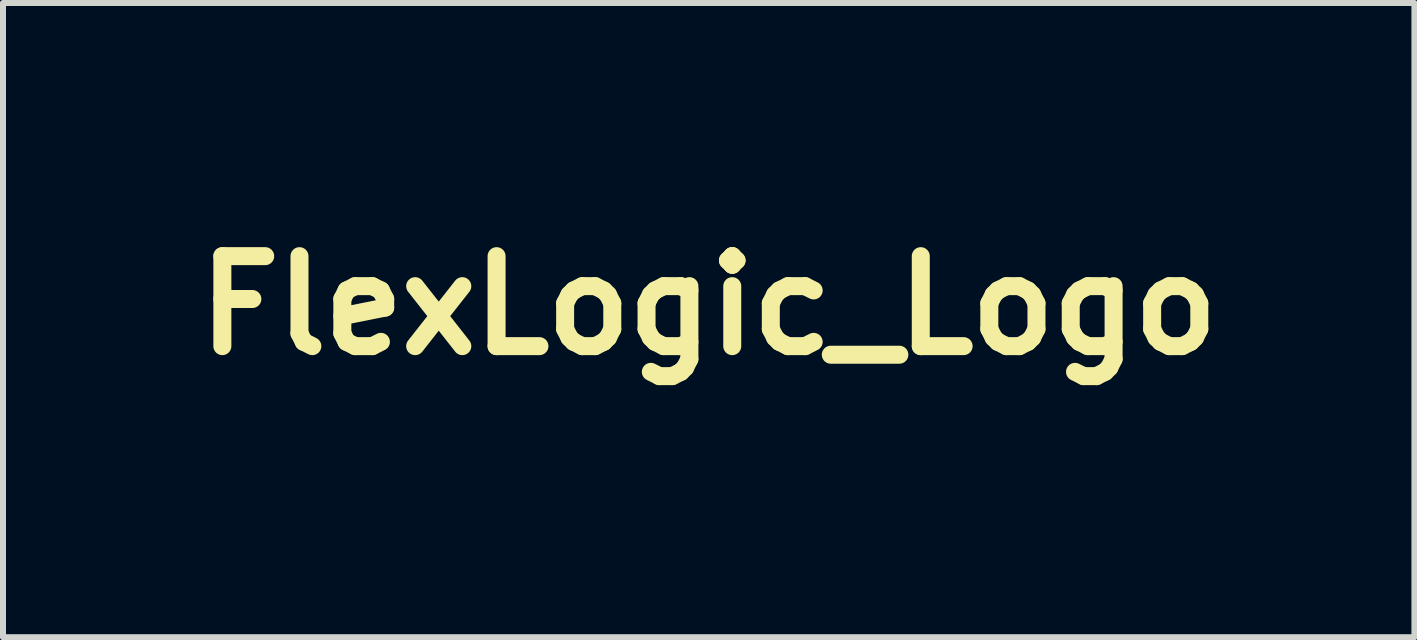
<source format=kicad_pcb>
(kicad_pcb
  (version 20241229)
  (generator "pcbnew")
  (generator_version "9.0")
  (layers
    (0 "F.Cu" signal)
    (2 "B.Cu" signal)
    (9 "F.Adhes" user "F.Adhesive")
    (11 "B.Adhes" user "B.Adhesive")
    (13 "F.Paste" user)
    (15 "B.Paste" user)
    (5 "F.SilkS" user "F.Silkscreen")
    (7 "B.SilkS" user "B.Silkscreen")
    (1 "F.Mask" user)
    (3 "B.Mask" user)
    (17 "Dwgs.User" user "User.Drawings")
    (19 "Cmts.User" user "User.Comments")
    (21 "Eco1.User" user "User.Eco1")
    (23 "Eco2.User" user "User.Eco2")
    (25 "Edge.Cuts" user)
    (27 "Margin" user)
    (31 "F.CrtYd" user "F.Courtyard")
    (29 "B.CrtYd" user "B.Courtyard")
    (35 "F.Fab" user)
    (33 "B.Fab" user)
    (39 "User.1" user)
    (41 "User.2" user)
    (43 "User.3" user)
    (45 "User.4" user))
  (footprint "FlexLogic_Logo"
    (layer "F.Cu")
    (at 8.764 2.042)
    (property "Reference" "FlexLogic_Logo" (at 0 0 0) (layer "F.SilkS") (effects (font (size 1.5 1.5) (thickness 0.3))))
    (attr board_only exclude_from_pos_files exclude_from_bom)
    (fp_poly (pts (xy 6.545 0.273) (xy 6.545 1.006) (xy 6.33 1.006) (xy 6.115 1.006) (xy 6.12 0.278) (xy 6.125 -0.449) (xy 6.335 -0.455) (xy 6.545 -0.46)) (stroke (width 0) (type solid)) (fill yes) (layer "F.Mask"))
    (fp_poly (pts (xy 1.028 1.529) (xy 1.044 1.552) (xy 1.045 1.583) (xy 1.039 1.625) (xy 1.014 1.644) (xy 0.991 1.647) (xy 0.944 1.642) (xy 0.926 1.624) (xy 0.919 1.569) (xy 0.942 1.534) (xy 0.987 1.524)) (stroke (width 0) (type solid)) (fill yes) (layer "F.Mask"))
    (fp_poly (pts (xy 2.052 -0.265) (xy 2.052 0.576) (xy 2.423 0.576) (xy 2.794 0.576) (xy 2.794 0.791) (xy 2.794 1.006) (xy 2.188 1.006) (xy 1.583 1.006) (xy 1.583 -0.047) (xy 1.583 -1.1) (xy 1.817 -1.103) (xy 2.052 -1.105)) (stroke (width 0) (type solid)) (fill yes) (layer "F.Mask"))
    (fp_poly (pts (xy 6.441 -1.084) (xy 6.505 -1.083) (xy 6.542 -1.078) (xy 6.558 -1.07) (xy 6.561 -1.057) (xy 6.558 -1.04) (xy 6.552 -0.998) (xy 6.547 -0.932) (xy 6.546 -0.865) (xy 6.545 -0.733) (xy 6.33 -0.733) (xy 6.114 -0.733) (xy 6.117 -0.909) (xy 6.12 -1.084) (xy 6.345 -1.084)) (stroke (width 0) (type solid)) (fill yes) (layer "F.Mask"))
    (fp_poly (pts (xy 1.052 2.174) (xy 1.05 2.291) (xy 1.048 2.377) (xy 1.044 2.429) (xy 1.04 2.447) (xy 1.036 2.433) (xy 1.027 2.387) (xy 1.021 2.369) (xy 1.019 2.374) (xy 1.006 2.409) (xy 0.98 2.457) (xy 0.977 2.462) (xy 0.938 2.52) (xy 0.938 2.174) (xy 0.938 1.827) (xy 0.996 1.827) (xy 1.055 1.827)) (stroke (width 0) (type solid)) (fill yes) (layer "F.Mask"))
    (fp_poly (pts (xy -1.293 2.027) (xy -1.294 2.155) (xy -1.296 2.263) (xy -1.298 2.348) (xy -1.301 2.405) (xy -1.304 2.431) (xy -1.308 2.423) (xy -1.319 2.325) (xy -1.336 2.403) (xy -1.359 2.473) (xy -1.393 2.507) (xy -1.412 2.51) (xy -1.416 2.492) (xy -1.419 2.439) (xy -1.422 2.358) (xy -1.425 2.254) (xy -1.426 2.131) (xy -1.426 2.022) (xy -1.426 1.534) (xy -1.358 1.534) (xy -1.29 1.534)) (stroke (width 0) (type solid)) (fill yes) (layer "F.Mask"))
    (fp_poly (pts (xy 5.798 1.818) (xy 5.803 1.85) (xy 5.803 1.859) (xy 5.796 1.901) (xy 5.769 1.927) (xy 5.735 1.941) (xy 5.677 1.967) (xy 5.636 2.001) (xy 5.61 2.05) (xy 5.595 2.12) (xy 5.589 2.218) (xy 5.588 2.289) (xy 5.588 2.511) (xy 5.52 2.511) (xy 5.451 2.511) (xy 5.451 2.162) (xy 5.451 1.814) (xy 5.51 1.823) (xy 5.554 1.837) (xy 5.568 1.867) (xy 5.568 1.872) (xy 5.57 1.898) (xy 5.581 1.898) (xy 5.611 1.872) (xy 5.615 1.869) (xy 5.666 1.835) (xy 5.729 1.814) (xy 5.732 1.814) (xy 5.779 1.808)) (stroke (width 0) (type solid)) (fill yes) (layer "F.Mask"))
    (fp_poly (pts (xy -2.989 1.601) (xy -2.989 1.667) (xy -3.214 1.656) (xy -3.439 1.645) (xy -3.439 1.785) (xy -3.439 1.925) (xy -3.214 1.925) (xy -2.989 1.925) (xy -2.989 1.993) (xy -2.989 2.061) (xy -3.214 2.061) (xy -3.439 2.061) (xy -3.439 2.188) (xy -3.439 2.315) (xy -3.204 2.315) (xy -2.97 2.315) (xy -2.97 2.374) (xy -2.977 2.419) (xy -3.002 2.434) (xy -3.004 2.434) (xy -3.025 2.437) (xy -3.011 2.447) (xy -2.999 2.452) (xy -3.002 2.459) (xy -3.041 2.464) (xy -3.113 2.468) (xy -3.217 2.47) (xy -3.268 2.47) (xy -3.576 2.472) (xy -3.576 2.003) (xy -3.576 1.534) (xy -3.282 1.534) (xy -2.989 1.534)) (stroke (width 0) (type solid)) (fill yes) (layer "F.Mask"))
    (fp_poly (pts (xy -5.894 -0.836) (xy -5.736 -0.734) (xy -5.596 -0.606) (xy -5.478 -0.459) (xy -5.385 -0.297) (xy -5.321 -0.127) (xy -5.29 0.046) (xy -5.289 0.172) (xy -5.324 0.383) (xy -5.396 0.584) (xy -5.5 0.769) (xy -5.635 0.934) (xy -5.751 1.039) (xy -5.82 1.092) (xy -5.878 1.135) (xy -5.932 1.168) (xy -5.986 1.192) (xy -6.048 1.209) (xy -6.122 1.221) (xy -6.214 1.228) (xy -6.33 1.233) (xy -6.475 1.236) (xy -6.589 1.237) (xy -7.112 1.244) (xy -7.112 0.871) (xy -7.112 0.498) (xy -6.77 0.498) (xy -6.428 0.498) (xy -6.428 0.303) (xy -6.428 0.107) (xy -6.77 0.107) (xy -7.112 0.107) (xy -7.112 -0.401) (xy -7.112 -0.909) (xy -6.573 -0.909) (xy -6.033 -0.909)) (stroke (width 0) (type solid)) (fill yes) (layer "F.Mask"))
    (fp_poly (pts (xy -1.42 -1.097) (xy -1.387 -1.092) (xy -1.372 -1.082) (xy -1.368 -1.065) (xy -1.368 -1.055) (xy -1.37 -1.026) (xy -1.378 -0.963) (xy -1.39 -0.87) (xy -1.406 -0.751) (xy -1.424 -0.609) (xy -1.446 -0.451) (xy -1.47 -0.278) (xy -1.486 -0.163) (xy -1.512 0.022) (xy -1.536 0.2) (xy -1.56 0.366) (xy -1.58 0.517) (xy -1.598 0.646) (xy -1.612 0.749) (xy -1.622 0.821) (xy -1.625 0.845) (xy -1.646 1.006) (xy -1.857 1.006) (xy -2.067 1.006) (xy -2.056 0.923) (xy -2.051 0.888) (xy -2.042 0.818) (xy -2.027 0.717) (xy -2.009 0.59) (xy -1.988 0.441) (xy -1.964 0.273) (xy -1.938 0.092) (xy -1.911 -0.1) (xy -1.907 -0.127) (xy -1.768 -1.094) (xy -1.568 -1.097) (xy -1.478 -1.098)) (stroke (width 0) (type solid)) (fill yes) (layer "F.Mask"))
    (fp_poly (pts (xy 2.134 1.813) (xy 2.149 1.836) (xy 2.149 1.846) (xy 2.151 1.87) (xy 2.163 1.874) (xy 2.194 1.858) (xy 2.213 1.846) (xy 2.285 1.818) (xy 2.367 1.808) (xy 2.441 1.818) (xy 2.463 1.827) (xy 2.499 1.854) (xy 2.525 1.892) (xy 2.543 1.947) (xy 2.553 2.027) (xy 2.559 2.135) (xy 2.56 2.236) (xy 2.56 2.511) (xy 2.503 2.511) (xy 2.447 2.511) (xy 2.439 2.259) (xy 2.433 2.133) (xy 2.424 2.044) (xy 2.413 1.99) (xy 2.405 1.976) (xy 2.361 1.95) (xy 2.297 1.947) (xy 2.225 1.965) (xy 2.207 1.974) (xy 2.149 2.004) (xy 2.149 2.257) (xy 2.149 2.511) (xy 2.091 2.511) (xy 2.032 2.511) (xy 2.032 2.159) (xy 2.032 1.807) (xy 2.091 1.807)) (stroke (width 0) (type solid)) (fill yes) (layer "F.Mask"))
    (fp_poly (pts (xy -2.269 1.809) (xy -2.247 1.812) (xy -2.247 1.812) (xy -2.253 1.832) (xy -2.269 1.88) (xy -2.292 1.95) (xy -2.313 2.012) (xy -2.346 2.114) (xy -2.378 2.22) (xy -2.405 2.314) (xy -2.415 2.349) (xy -2.451 2.491) (xy -2.534 2.491) (xy -2.616 2.491) (xy -2.677 2.291) (xy -2.721 2.149) (xy -2.765 2.011) (xy -2.806 1.891) (xy -2.829 1.83) (xy -2.825 1.814) (xy -2.792 1.809) (xy -2.763 1.811) (xy -2.687 1.817) (xy -2.62 2.037) (xy -2.593 2.123) (xy -2.569 2.193) (xy -2.551 2.24) (xy -2.541 2.257) (xy -2.531 2.239) (xy -2.512 2.193) (xy -2.49 2.128) (xy -2.482 2.105) (xy -2.447 1.994) (xy -2.42 1.914) (xy -2.399 1.861) (xy -2.38 1.83) (xy -2.36 1.814) (xy -2.337 1.808) (xy -2.313 1.807)) (stroke (width 0) (type solid)) (fill yes) (layer "F.Mask"))
    (fp_poly (pts (xy 4.376 1.802) (xy 4.471 1.847) (xy 4.526 1.893) (xy 4.574 1.947) (xy 4.609 2) (xy 4.622 2.028) (xy 4.627 2.117) (xy 4.607 2.218) (xy 4.566 2.318) (xy 4.51 2.404) (xy 4.447 2.462) (xy 4.359 2.498) (xy 4.26 2.501) (xy 4.169 2.474) (xy 4.076 2.411) (xy 4.01 2.324) (xy 3.975 2.22) (xy 3.975 2.184) (xy 4.107 2.184) (xy 4.126 2.26) (xy 4.162 2.322) (xy 4.207 2.354) (xy 4.29 2.372) (xy 4.366 2.359) (xy 4.38 2.353) (xy 4.417 2.316) (xy 4.453 2.255) (xy 4.48 2.182) (xy 4.493 2.112) (xy 4.493 2.104) (xy 4.477 2.031) (xy 4.432 1.974) (xy 4.369 1.938) (xy 4.296 1.924) (xy 4.221 1.938) (xy 4.17 1.97) (xy 4.128 2.027) (xy 4.108 2.102) (xy 4.107 2.184) (xy 3.975 2.184) (xy 3.974 2.105) (xy 3.985 2.054) (xy 4.032 1.945) (xy 4.101 1.864) (xy 4.185 1.812) (xy 4.279 1.791)) (stroke (width 0) (type solid)) (fill yes) (layer "F.Mask"))
    (fp_poly (pts (xy -0.969 2.026) (xy -0.957 2.155) (xy -0.94 2.249) (xy -0.917 2.313) (xy -0.886 2.351) (xy -0.862 2.364) (xy -0.792 2.366) (xy -0.721 2.335) (xy -0.672 2.289) (xy -0.649 2.261) (xy -0.635 2.235) (xy -0.628 2.202) (xy -0.627 2.152) (xy -0.631 2.078) (xy -0.634 2.018) (xy -0.648 1.807) (xy -0.578 1.807) (xy -0.508 1.807) (xy -0.511 2.164) (xy -0.512 2.273) (xy -0.514 2.364) (xy -0.516 2.431) (xy -0.519 2.47) (xy -0.522 2.475) (xy -0.522 2.474) (xy -0.531 2.428) (xy -0.56 2.47) (xy -0.593 2.504) (xy -0.616 2.506) (xy -0.625 2.473) (xy -0.625 2.473) (xy -0.627 2.45) (xy -0.639 2.444) (xy -0.67 2.455) (xy -0.708 2.472) (xy -0.774 2.499) (xy -0.823 2.507) (xy -0.875 2.498) (xy -0.916 2.484) (xy -0.98 2.451) (xy -1.028 2.403) (xy -1.061 2.334) (xy -1.082 2.24) (xy -1.092 2.115) (xy -1.094 2.017) (xy -1.094 1.807) (xy -1.038 1.807) (xy -0.982 1.807)) (stroke (width 0) (type solid)) (fill yes) (layer "F.Mask"))
    (fp_poly (pts (xy 1.626 1.812) (xy 1.721 1.863) (xy 1.767 1.904) (xy 1.814 1.958) (xy 1.839 2.007) (xy 1.85 2.071) (xy 1.852 2.086) (xy 1.843 2.201) (xy 1.799 2.314) (xy 1.725 2.417) (xy 1.703 2.44) (xy 1.632 2.484) (xy 1.543 2.505) (xy 1.454 2.501) (xy 1.404 2.486) (xy 1.315 2.424) (xy 1.253 2.341) (xy 1.221 2.24) (xy 1.219 2.159) (xy 1.358 2.159) (xy 1.36 2.229) (xy 1.369 2.273) (xy 1.389 2.304) (xy 1.413 2.327) (xy 1.484 2.366) (xy 1.558 2.369) (xy 1.617 2.343) (xy 1.676 2.28) (xy 1.711 2.193) (xy 1.719 2.119) (xy 1.711 2.053) (xy 1.679 2) (xy 1.662 1.982) (xy 1.595 1.935) (xy 1.525 1.926) (xy 1.452 1.957) (xy 1.422 1.982) (xy 1.386 2.017) (xy 1.367 2.05) (xy 1.359 2.097) (xy 1.358 2.159) (xy 1.219 2.159) (xy 1.219 2.13) (xy 1.249 2.015) (xy 1.281 1.951) (xy 1.35 1.866) (xy 1.435 1.814) (xy 1.529 1.796)) (stroke (width 0) (type solid)) (fill yes) (layer "F.Mask"))
    (fp_poly (pts (xy 0.554 1.6) (xy 0.564 1.63) (xy 0.567 1.693) (xy 0.567 1.7) (xy 0.567 1.807) (xy 0.655 1.807) (xy 0.709 1.809) (xy 0.734 1.819) (xy 0.742 1.844) (xy 0.742 1.866) (xy 0.74 1.902) (xy 0.725 1.919) (xy 0.688 1.924) (xy 0.655 1.925) (xy 0.567 1.925) (xy 0.567 2.156) (xy 0.568 2.247) (xy 0.57 2.324) (xy 0.574 2.377) (xy 0.579 2.399) (xy 0.603 2.4) (xy 0.644 2.384) (xy 0.645 2.383) (xy 0.683 2.367) (xy 0.701 2.374) (xy 0.713 2.408) (xy 0.714 2.456) (xy 0.691 2.486) (xy 0.641 2.505) (xy 0.578 2.51) (xy 0.52 2.499) (xy 0.486 2.478) (xy 0.473 2.448) (xy 0.464 2.389) (xy 0.457 2.297) (xy 0.453 2.185) (xy 0.446 1.925) (xy 0.389 1.925) (xy 0.349 1.92) (xy 0.334 1.896) (xy 0.332 1.866) (xy 0.337 1.824) (xy 0.36 1.809) (xy 0.391 1.807) (xy 0.429 1.804) (xy 0.445 1.787) (xy 0.449 1.745) (xy 0.449 1.73) (xy 0.457 1.669) (xy 0.484 1.63) (xy 0.493 1.623) (xy 0.532 1.599)) (stroke (width 0) (type solid)) (fill yes) (layer "F.Mask"))
    (fp_poly (pts (xy -1.981 -0.982) (xy -1.991 -0.898) (xy -2.001 -0.812) (xy -2.006 -0.767) (xy -2.017 -0.674) (xy -2.395 -0.674) (xy -2.773 -0.674) (xy -2.783 -0.611) (xy -2.79 -0.56) (xy -2.801 -0.486) (xy -2.812 -0.403) (xy -2.814 -0.391) (xy -2.825 -0.311) (xy -2.835 -0.242) (xy -2.843 -0.196) (xy -2.844 -0.191) (xy -2.853 -0.147) (xy -2.48 -0.147) (xy -2.107 -0.147) (xy -2.117 -0.093) (xy -2.127 -0.039) (xy -2.137 0.029) (xy -2.139 0.049) (xy -2.149 0.117) (xy -2.159 0.177) (xy -2.162 0.191) (xy -2.172 0.244) (xy -2.529 0.244) (xy -2.885 0.244) (xy -2.919 0.484) (xy -2.934 0.593) (xy -2.95 0.705) (xy -2.965 0.804) (xy -2.973 0.865) (xy -2.994 1.006) (xy -3.216 1.006) (xy -3.313 1.006) (xy -3.377 1.003) (xy -3.415 0.998) (xy -3.433 0.989) (xy -3.439 0.975) (xy -3.439 0.972) (xy -3.436 0.941) (xy -3.428 0.872) (xy -3.415 0.768) (xy -3.396 0.629) (xy -3.373 0.458) (xy -3.345 0.256) (xy -3.313 0.024) (xy -3.277 -0.236) (xy -3.236 -0.523) (xy -3.236 -0.528) (xy -3.155 -1.094) (xy -2.562 -1.099) (xy -1.968 -1.105)) (stroke (width 0) (type solid)) (fill yes) (layer "F.Mask"))
    (fp_poly (pts (xy 6.523 2.037) (xy 6.522 2.167) (xy 6.52 2.278) (xy 6.517 2.366) (xy 6.514 2.427) (xy 6.51 2.457) (xy 6.506 2.452) (xy 6.506 2.452) (xy 6.498 2.41) (xy 6.492 2.397) (xy 6.49 2.407) (xy 6.479 2.463) (xy 6.458 2.5) (xy 6.435 2.514) (xy 6.416 2.502) (xy 6.408 2.458) (xy 6.408 2.457) (xy 6.406 2.422) (xy 6.397 2.423) (xy 6.388 2.437) (xy 6.346 2.479) (xy 6.282 2.513) (xy 6.213 2.53) (xy 6.2 2.53) (xy 6.146 2.52) (xy 6.087 2.495) (xy 6.081 2.491) (xy 6.005 2.423) (xy 5.954 2.333) (xy 5.929 2.23) (xy 5.931 2.175) (xy 6.058 2.175) (xy 6.065 2.248) (xy 6.097 2.315) (xy 6.149 2.363) (xy 6.211 2.39) (xy 6.274 2.389) (xy 6.314 2.369) (xy 6.371 2.303) (xy 6.401 2.227) (xy 6.405 2.148) (xy 6.385 2.075) (xy 6.343 2.014) (xy 6.281 1.975) (xy 6.22 1.964) (xy 6.159 1.981) (xy 6.109 2.028) (xy 6.073 2.096) (xy 6.058 2.175) (xy 5.931 2.175) (xy 5.932 2.121) (xy 5.962 2.014) (xy 6.02 1.92) (xy 6.024 1.916) (xy 6.095 1.853) (xy 6.171 1.823) (xy 6.258 1.827) (xy 6.361 1.865) (xy 6.393 1.881) (xy 6.397 1.866) (xy 6.399 1.82) (xy 6.397 1.752) (xy 6.395 1.711) (xy 6.383 1.534) (xy 6.455 1.534) (xy 6.526 1.534)) (stroke (width 0) (type solid)) (fill yes) (layer "F.Mask"))
    (fp_poly (pts (xy -1.813 1.796) (xy -1.737 1.822) (xy -1.677 1.87) (xy -1.647 1.925) (xy -1.638 1.971) (xy -1.63 2.046) (xy -1.625 2.139) (xy -1.623 2.227) (xy -1.622 2.462) (xy -1.675 2.465) (xy -1.719 2.46) (xy -1.743 2.446) (xy -1.764 2.439) (xy -1.796 2.461) (xy -1.842 2.486) (xy -1.908 2.503) (xy -1.931 2.506) (xy -1.994 2.509) (xy -2.037 2.498) (xy -2.079 2.468) (xy -2.089 2.459) (xy -2.144 2.389) (xy -2.162 2.323) (xy -2.032 2.323) (xy -2.018 2.378) (xy -1.98 2.407) (xy -1.923 2.408) (xy -1.854 2.38) (xy -1.835 2.368) (xy -1.789 2.331) (xy -1.768 2.287) (xy -1.762 2.241) (xy -1.764 2.188) (xy -1.781 2.161) (xy -1.82 2.16) (xy -1.886 2.182) (xy -1.901 2.188) (xy -1.981 2.232) (xy -2.024 2.283) (xy -2.032 2.323) (xy -2.162 2.323) (xy -2.164 2.315) (xy -2.151 2.242) (xy -2.108 2.175) (xy -2.037 2.117) (xy -1.941 2.074) (xy -1.85 2.053) (xy -1.793 2.043) (xy -1.768 2.031) (xy -1.763 2.01) (xy -1.768 1.987) (xy -1.789 1.936) (xy -1.828 1.912) (xy -1.887 1.905) (xy -1.943 1.918) (xy -1.989 1.951) (xy -2.012 1.993) (xy -2.012 2) (xy -2.029 2.014) (xy -2.066 2.01) (xy -2.111 1.998) (xy -2.125 1.983) (xy -2.114 1.951) (xy -2.101 1.927) (xy -2.049 1.859) (xy -1.977 1.815) (xy -1.896 1.794)) (stroke (width 0) (type solid)) (fill yes) (layer "F.Mask"))
    (fp_poly (pts (xy 3.395 1.534) (xy 3.615 1.534) (xy 3.69 1.602) (xy 3.764 1.684) (xy 3.799 1.762) (xy 3.795 1.838) (xy 3.753 1.912) (xy 3.721 1.945) (xy 3.674 1.989) (xy 3.742 2.064) (xy 3.798 2.137) (xy 3.822 2.203) (xy 3.817 2.271) (xy 3.798 2.319) (xy 3.767 2.378) (xy 3.728 2.42) (xy 3.676 2.447) (xy 3.603 2.463) (xy 3.503 2.47) (xy 3.415 2.472) (xy 3.186 2.472) (xy 3.181 2.061) (xy 3.312 2.061) (xy 3.318 2.198) (xy 3.325 2.335) (xy 3.47 2.335) (xy 3.545 2.334) (xy 3.591 2.329) (xy 3.619 2.317) (xy 3.64 2.294) (xy 3.654 2.271) (xy 3.685 2.211) (xy 3.688 2.166) (xy 3.665 2.123) (xy 3.65 2.107) (xy 3.623 2.083) (xy 3.59 2.069) (xy 3.54 2.063) (xy 3.462 2.061) (xy 3.46 2.061) (xy 3.312 2.061) (xy 3.181 2.061) (xy 3.181 2.003) (xy 3.177 1.702) (xy 3.306 1.702) (xy 3.309 1.714) (xy 3.317 1.762) (xy 3.321 1.826) (xy 3.321 1.841) (xy 3.322 1.925) (xy 3.458 1.925) (xy 3.537 1.922) (xy 3.588 1.914) (xy 3.621 1.897) (xy 3.634 1.885) (xy 3.668 1.83) (xy 3.664 1.773) (xy 3.625 1.718) (xy 3.595 1.693) (xy 3.56 1.678) (xy 3.508 1.672) (xy 3.437 1.671) (xy 3.365 1.671) (xy 3.324 1.675) (xy 3.307 1.684) (xy 3.306 1.702) (xy 3.177 1.702) (xy 3.175 1.534)) (stroke (width 0) (type solid)) (fill yes) (layer "F.Mask"))
    (fp_poly (pts (xy 7.667 -0.544) (xy 7.75 -0.538) (xy 7.812 -0.528) (xy 7.858 -0.512) (xy 7.859 -0.512) (xy 7.932 -0.479) (xy 7.92 -0.288) (xy 7.914 -0.207) (xy 7.909 -0.142) (xy 7.906 -0.102) (xy 7.904 -0.093) (xy 7.887 -0.099) (xy 7.845 -0.117) (xy 7.814 -0.132) (xy 7.724 -0.164) (xy 7.62 -0.181) (xy 7.515 -0.182) (xy 7.424 -0.167) (xy 7.386 -0.152) (xy 7.315 -0.095) (xy 7.26 -0.01) (xy 7.225 0.094) (xy 7.209 0.209) (xy 7.215 0.327) (xy 7.244 0.438) (xy 7.26 0.474) (xy 7.302 0.544) (xy 7.351 0.591) (xy 7.393 0.614) (xy 7.464 0.642) (xy 7.535 0.654) (xy 7.614 0.648) (xy 7.708 0.624) (xy 7.822 0.581) (xy 7.905 0.545) (xy 7.918 0.557) (xy 7.928 0.607) (xy 7.937 0.696) (xy 7.938 0.717) (xy 7.943 0.809) (xy 7.94 0.871) (xy 7.925 0.911) (xy 7.892 0.94) (xy 7.836 0.966) (xy 7.782 0.987) (xy 7.669 1.017) (xy 7.538 1.034) (xy 7.408 1.036) (xy 7.326 1.027) (xy 7.259 1.009) (xy 7.179 0.979) (xy 7.119 0.951) (xy 6.985 0.863) (xy 6.88 0.749) (xy 6.804 0.611) (xy 6.759 0.448) (xy 6.743 0.262) (xy 6.745 0.193) (xy 6.771 0.01) (xy 6.829 -0.149) (xy 6.917 -0.285) (xy 7.035 -0.397) (xy 7.175 -0.48) (xy 7.237 -0.509) (xy 7.288 -0.527) (xy 7.337 -0.539) (xy 7.396 -0.544) (xy 7.476 -0.546) (xy 7.552 -0.546)) (stroke (width 0) (type solid)) (fill yes) (layer "F.Mask"))
    (fp_poly (pts (xy 3.872 -0.526) (xy 3.983 -0.488) (xy 4.118 -0.406) (xy 4.226 -0.297) (xy 4.305 -0.162) (xy 4.356 -0.003) (xy 4.376 0.18) (xy 4.377 0.214) (xy 4.361 0.407) (xy 4.317 0.58) (xy 4.244 0.731) (xy 4.145 0.856) (xy 4.021 0.953) (xy 3.969 0.981) (xy 3.914 1.006) (xy 3.863 1.022) (xy 3.805 1.032) (xy 3.728 1.038) (xy 3.644 1.04) (xy 3.54 1.041) (xy 3.465 1.038) (xy 3.405 1.03) (xy 3.351 1.014) (xy 3.323 1.004) (xy 3.201 0.936) (xy 3.093 0.837) (xy 3.004 0.714) (xy 2.939 0.573) (xy 2.914 0.483) (xy 2.891 0.306) (xy 2.895 0.217) (xy 3.362 0.217) (xy 3.365 0.332) (xy 3.377 0.437) (xy 3.39 0.491) (xy 3.434 0.588) (xy 3.498 0.657) (xy 3.575 0.696) (xy 3.661 0.701) (xy 3.749 0.67) (xy 3.771 0.656) (xy 3.823 0.61) (xy 3.859 0.549) (xy 3.883 0.468) (xy 3.895 0.359) (xy 3.898 0.244) (xy 3.892 0.099) (xy 3.875 -0.012) (xy 3.842 -0.092) (xy 3.792 -0.145) (xy 3.723 -0.175) (xy 3.632 -0.186) (xy 3.623 -0.186) (xy 3.559 -0.181) (xy 3.512 -0.159) (xy 3.468 -0.121) (xy 3.422 -0.063) (xy 3.388 0.003) (xy 3.382 0.02) (xy 3.367 0.108) (xy 3.362 0.217) (xy 2.895 0.217) (xy 2.898 0.134) (xy 2.931 -0.03) (xy 2.99 -0.179) (xy 3.071 -0.307) (xy 3.173 -0.411) (xy 3.264 -0.469) (xy 3.403 -0.521) (xy 3.559 -0.548) (xy 3.719 -0.55)) (stroke (width 0) (type solid)) (fill yes) (layer "F.Mask"))
    (fp_poly (pts (xy 0.625 -0.293) (xy 0.69 -0.067) (xy 0.761 -0.174) (xy 0.81 -0.254) (xy 0.861 -0.345) (xy 0.888 -0.399) (xy 0.945 -0.518) (xy 1.176 -0.518) (xy 1.266 -0.516) (xy 1.339 -0.513) (xy 1.389 -0.508) (xy 1.407 -0.502) (xy 1.396 -0.481) (xy 1.367 -0.434) (xy 1.322 -0.364) (xy 1.264 -0.276) (xy 1.196 -0.175) (xy 1.164 -0.127) (xy 1.083 -0.007) (xy 1.022 0.086) (xy 0.979 0.155) (xy 0.952 0.204) (xy 0.939 0.237) (xy 0.937 0.259) (xy 0.94 0.268) (xy 0.959 0.307) (xy 0.987 0.372) (xy 1.023 0.455) (xy 1.063 0.551) (xy 1.104 0.651) (xy 1.144 0.749) (xy 1.179 0.838) (xy 1.207 0.911) (xy 1.225 0.961) (xy 1.231 0.98) (xy 1.222 0.992) (xy 1.192 1) (xy 1.137 1.004) (xy 1.049 1.006) (xy 1 1.006) (xy 0.77 1.006) (xy 0.692 0.782) (xy 0.662 0.696) (xy 0.634 0.626) (xy 0.613 0.579) (xy 0.601 0.562) (xy 0.6 0.562) (xy 0.586 0.58) (xy 0.556 0.625) (xy 0.515 0.692) (xy 0.468 0.772) (xy 0.463 0.782) (xy 0.341 0.996) (xy 0.09 1.002) (xy -0.16 1.007) (xy -0.121 0.953) (xy -0.099 0.921) (xy -0.058 0.863) (xy -0.002 0.784) (xy 0.065 0.69) (xy 0.139 0.587) (xy 0.165 0.549) (xy 0.414 0.199) (xy 0.273 -0.135) (xy 0.228 -0.242) (xy 0.188 -0.338) (xy 0.155 -0.416) (xy 0.132 -0.47) (xy 0.123 -0.493) (xy 0.128 -0.504) (xy 0.156 -0.512) (xy 0.213 -0.516) (xy 0.302 -0.518) (xy 0.336 -0.518) (xy 0.559 -0.518)) (stroke (width 0) (type solid)) (fill yes) (layer "F.Mask"))
    (fp_poly (pts (xy 5.087 1.802) (xy 5.138 1.821) (xy 5.182 1.847) (xy 5.213 1.879) (xy 5.234 1.922) (xy 5.246 1.983) (xy 5.253 2.069) (xy 5.254 2.186) (xy 5.254 2.218) (xy 5.253 2.311) (xy 5.251 2.387) (xy 5.248 2.438) (xy 5.244 2.458) (xy 5.243 2.457) (xy 5.228 2.444) (xy 5.204 2.462) (xy 5.167 2.488) (xy 5.144 2.483) (xy 5.139 2.462) (xy 5.134 2.437) (xy 5.114 2.438) (xy 5.074 2.465) (xy 5.066 2.472) (xy 4.995 2.505) (xy 4.914 2.513) (xy 4.836 2.494) (xy 4.782 2.457) (xy 4.731 2.381) (xy 4.722 2.334) (xy 4.843 2.334) (xy 4.863 2.384) (xy 4.87 2.391) (xy 4.91 2.407) (xy 4.968 2.403) (xy 5.032 2.382) (xy 5.069 2.361) (xy 5.103 2.326) (xy 5.117 2.279) (xy 5.118 2.242) (xy 5.115 2.189) (xy 5.099 2.163) (xy 5.063 2.162) (xy 5.001 2.184) (xy 4.987 2.189) (xy 4.907 2.233) (xy 4.858 2.283) (xy 4.843 2.334) (xy 4.722 2.334) (xy 4.716 2.304) (xy 4.734 2.229) (xy 4.784 2.162) (xy 4.863 2.107) (xy 4.969 2.069) (xy 5.002 2.061) (xy 5.061 2.05) (xy 5.101 2.043) (xy 5.112 2.042) (xy 5.121 2.027) (xy 5.116 1.993) (xy 5.102 1.955) (xy 5.088 1.936) (xy 5.041 1.91) (xy 4.983 1.907) (xy 4.926 1.923) (xy 4.883 1.955) (xy 4.865 1.999) (xy 4.865 2) (xy 4.849 2.014) (xy 4.811 2.01) (xy 4.767 1.998) (xy 4.752 1.983) (xy 4.763 1.951) (xy 4.776 1.927) (xy 4.83 1.862) (xy 4.907 1.818) (xy 4.997 1.797)) (stroke (width 0) (type solid)) (fill yes) (layer "F.Mask"))
    (fp_poly (pts (xy 0.035 1.811) (xy 0.112 1.855) (xy 0.133 1.875) (xy 0.148 1.895) (xy 0.158 1.923) (xy 0.165 1.966) (xy 0.17 2.03) (xy 0.174 2.123) (xy 0.176 2.187) (xy 0.178 2.287) (xy 0.179 2.372) (xy 0.177 2.435) (xy 0.173 2.468) (xy 0.171 2.472) (xy 0.157 2.456) (xy 0.156 2.451) (xy 0.145 2.446) (xy 0.122 2.464) (xy 0.096 2.487) (xy 0.085 2.481) (xy 0.082 2.465) (xy 0.071 2.439) (xy 0.05 2.438) (xy 0.01 2.464) (xy 0 2.472) (xy -0.069 2.503) (xy -0.143 2.51) (xy -0.209 2.506) (xy -0.255 2.487) (xy -0.295 2.454) (xy -0.335 2.401) (xy -0.351 2.343) (xy -0.352 2.315) (xy -0.349 2.289) (xy -0.22 2.289) (xy -0.218 2.342) (xy -0.205 2.368) (xy -0.173 2.403) (xy -0.132 2.409) (xy -0.116 2.406) (xy -0.055 2.386) (xy -0.01 2.362) (xy 0.023 2.333) (xy 0.037 2.292) (xy 0.039 2.245) (xy 0.035 2.191) (xy 0.018 2.164) (xy -0.017 2.161) (xy -0.077 2.182) (xy -0.111 2.197) (xy -0.185 2.241) (xy -0.22 2.289) (xy -0.349 2.289) (xy -0.347 2.259) (xy -0.327 2.214) (xy -0.284 2.165) (xy -0.277 2.158) (xy -0.221 2.11) (xy -0.16 2.079) (xy -0.082 2.059) (xy -0.015 2.043) (xy 0.022 2.028) (xy 0.037 2.008) (xy 0.039 1.993) (xy 0.024 1.94) (xy -0.022 1.911) (xy -0.072 1.905) (xy -0.138 1.921) (xy -0.193 1.961) (xy -0.218 2.001) (xy -0.234 2.015) (xy -0.273 2.007) (xy -0.281 2.004) (xy -0.336 1.983) (xy -0.296 1.919) (xy -0.232 1.851) (xy -0.149 1.81) (xy -0.057 1.796)) (stroke (width 0) (type solid)) (fill yes) (layer "F.Mask"))
    (fp_poly (pts (xy 5.459 -0.554) (xy 5.692 -0.526) (xy 5.75 -0.517) (xy 5.883 -0.494) (xy 5.877 0.292) (xy 5.871 1.079) (xy 5.803 1.212) (xy 5.719 1.341) (xy 5.612 1.446) (xy 5.489 1.52) (xy 5.427 1.544) (xy 5.308 1.569) (xy 5.17 1.582) (xy 5.032 1.582) (xy 4.911 1.569) (xy 4.894 1.565) (xy 4.817 1.545) (xy 4.743 1.522) (xy 4.705 1.508) (xy 4.634 1.479) (xy 4.637 1.29) (xy 4.639 1.202) (xy 4.643 1.147) (xy 4.65 1.119) (xy 4.661 1.11) (xy 4.669 1.112) (xy 4.845 1.164) (xy 4.992 1.196) (xy 5.109 1.207) (xy 5.232 1.199) (xy 5.323 1.17) (xy 5.388 1.115) (xy 5.428 1.033) (xy 5.445 0.941) (xy 5.457 0.83) (xy 5.342 0.883) (xy 5.236 0.92) (xy 5.117 0.942) (xy 4.999 0.947) (xy 4.897 0.934) (xy 4.875 0.928) (xy 4.768 0.873) (xy 4.679 0.785) (xy 4.61 0.669) (xy 4.562 0.527) (xy 4.537 0.362) (xy 4.533 0.271) (xy 4.537 0.215) (xy 4.983 0.215) (xy 4.986 0.325) (xy 5.002 0.424) (xy 5.004 0.43) (xy 5.04 0.518) (xy 5.091 0.572) (xy 5.162 0.595) (xy 5.187 0.596) (xy 5.255 0.586) (xy 5.331 0.563) (xy 5.354 0.552) (xy 5.441 0.508) (xy 5.447 0.163) (xy 5.452 -0.181) (xy 5.349 -0.194) (xy 5.236 -0.195) (xy 5.141 -0.173) (xy 5.077 -0.134) (xy 5.04 -0.08) (xy 5.011 0.003) (xy 4.992 0.105) (xy 4.983 0.215) (xy 4.537 0.215) (xy 4.546 0.066) (xy 4.585 -0.111) (xy 4.651 -0.261) (xy 4.727 -0.366) (xy 4.82 -0.448) (xy 4.939 -0.507) (xy 5.083 -0.544) (xy 5.256 -0.56)) (stroke (width 0) (type solid)) (fill yes) (layer "F.Mask"))
    (fp_poly (pts (xy -0.322 -0.545) (xy -0.245 -0.522) (xy -0.178 -0.483) (xy -0.153 -0.463) (xy -0.105 -0.412) (xy -0.069 -0.355) (xy -0.066 -0.348) (xy -0.048 -0.28) (xy -0.041 -0.189) (xy -0.042 -0.094) (xy -0.053 -0.009) (xy -0.065 0.035) (xy -0.129 0.141) (xy -0.223 0.229) (xy -0.348 0.299) (xy -0.507 0.353) (xy -0.7 0.391) (xy -0.77 0.4) (xy -0.847 0.409) (xy -0.909 0.418) (xy -0.945 0.424) (xy -0.95 0.426) (xy -0.952 0.448) (xy -0.948 0.495) (xy -0.944 0.529) (xy -0.918 0.625) (xy -0.868 0.69) (xy -0.794 0.725) (xy -0.724 0.733) (xy -0.612 0.72) (xy -0.493 0.685) (xy -0.384 0.635) (xy -0.338 0.604) (xy -0.294 0.576) (xy -0.262 0.567) (xy -0.256 0.569) (xy -0.245 0.596) (xy -0.231 0.65) (xy -0.217 0.719) (xy -0.217 0.723) (xy -0.205 0.794) (xy -0.201 0.838) (xy -0.208 0.865) (xy -0.226 0.886) (xy -0.243 0.9) (xy -0.35 0.962) (xy -0.488 1.006) (xy -0.657 1.032) (xy -0.752 1.038) (xy -0.845 1.039) (xy -0.928 1.037) (xy -0.989 1.033) (xy -1.016 1.028) (xy -1.145 0.97) (xy -1.243 0.889) (xy -1.311 0.783) (xy -1.351 0.652) (xy -1.363 0.547) (xy -1.357 0.368) (xy -1.322 0.184) (xy -1.296 0.105) (xy -0.898 0.105) (xy -0.893 0.128) (xy -0.867 0.136) (xy -0.814 0.131) (xy -0.732 0.116) (xy -0.668 0.104) (xy -0.557 0.066) (xy -0.496 0.025) (xy -0.454 -0.017) (xy -0.435 -0.055) (xy -0.433 -0.107) (xy -0.434 -0.125) (xy -0.441 -0.184) (xy -0.459 -0.217) (xy -0.494 -0.24) (xy -0.495 -0.241) (xy -0.573 -0.258) (xy -0.654 -0.242) (xy -0.733 -0.195) (xy -0.802 -0.123) (xy -0.855 -0.03) (xy -0.867 0.002) (xy -0.888 0.063) (xy -0.898 0.105) (xy -1.296 0.105) (xy -1.263 0.005) (xy -1.183 -0.159) (xy -1.084 -0.299) (xy -1.063 -0.322) (xy -0.949 -0.423) (xy -0.823 -0.493) (xy -0.678 -0.535) (xy -0.543 -0.551) (xy -0.418 -0.554)) (stroke (width 0) (type solid)) (fill yes) (layer "F.Mask"))
    (fp_poly (pts (xy -4.811 -1.993) (xy -4.621 -1.914) (xy -4.455 -1.805) (xy -4.314 -1.669) (xy -4.202 -1.507) (xy -4.177 -1.459) (xy -4.113 -1.329) (xy -4.108 0.532) (xy -4.102 2.393) (xy -5.71 2.392) (xy -6.022 2.391) (xy -6.297 2.39) (xy -6.538 2.389) (xy -6.745 2.388) (xy -6.922 2.386) (xy -7.07 2.384) (xy -7.192 2.381) (xy -7.289 2.378) (xy -7.364 2.374) (xy -7.419 2.37) (xy -7.455 2.365) (xy -7.537 2.346) (xy -7.617 2.322) (xy -7.67 2.3) (xy -7.792 2.226) (xy -7.919 2.129) (xy -8.042 2.016) (xy -8.153 1.897) (xy -8.244 1.779) (xy -8.299 1.686) (xy -8.32 1.643) (xy -8.338 1.603) (xy -8.355 1.563) (xy -8.369 1.521) (xy -8.381 1.473) (xy -8.391 1.418) (xy -8.399 1.352) (xy -8.407 1.274) (xy -8.413 1.179) (xy -8.417 1.066) (xy -8.421 0.932) (xy -8.424 0.774) (xy -8.427 0.59) (xy -8.429 0.377) (xy -8.431 0.156) (xy -7.464 0.156) (xy -7.464 1.592) (xy -6.804 1.592) (xy -6.605 1.591) (xy -6.441 1.59) (xy -6.308 1.587) (xy -6.202 1.583) (xy -6.118 1.578) (xy -6.053 1.571) (xy -6.008 1.563) (xy -5.899 1.532) (xy -5.773 1.482) (xy -5.642 1.419) (xy -5.519 1.35) (xy -5.415 1.281) (xy -5.378 1.25) (xy -5.268 1.136) (xy -5.166 1) (xy -5.076 0.851) (xy -5.004 0.696) (xy -4.952 0.544) (xy -4.926 0.404) (xy -4.924 0.354) (xy -4.924 0.283) (xy -4.709 0.283) (xy -4.494 0.283) (xy -4.494 0.098) (xy -4.494 -0.088) (xy -4.709 -0.088) (xy -4.813 -0.089) (xy -4.883 -0.094) (xy -4.921 -0.103) (xy -4.932 -0.112) (xy -4.992 -0.301) (xy -5.054 -0.46) (xy -5.123 -0.595) (xy -5.203 -0.716) (xy -5.298 -0.831) (xy -5.354 -0.888) (xy -5.455 -0.984) (xy -5.545 -1.057) (xy -5.638 -1.116) (xy -5.676 -1.136) (xy -5.746 -1.171) (xy -5.81 -1.201) (xy -5.872 -1.224) (xy -5.937 -1.242) (xy -6.01 -1.256) (xy -6.095 -1.266) (xy -6.198 -1.273) (xy -6.324 -1.277) (xy -6.476 -1.279) (xy -6.659 -1.28) (xy -6.776 -1.28) (xy -7.464 -1.28) (xy -7.464 0.156) (xy -8.431 0.156) (xy -8.431 0.132) (xy -8.433 -0.147) (xy -8.435 -0.386) (xy -8.446 -2.042) (xy -6.705 -2.042) (xy -4.965 -2.042)) (stroke (width 0) (type solid)) (fill yes) (layer "F.Mask")))
  (gr_rect
    (start -3 -3)
    (end 20.529 7.572)
    (stroke (width 0.1) (type default))
    (fill no)
    (layer "Edge.Cuts")))
</source>
